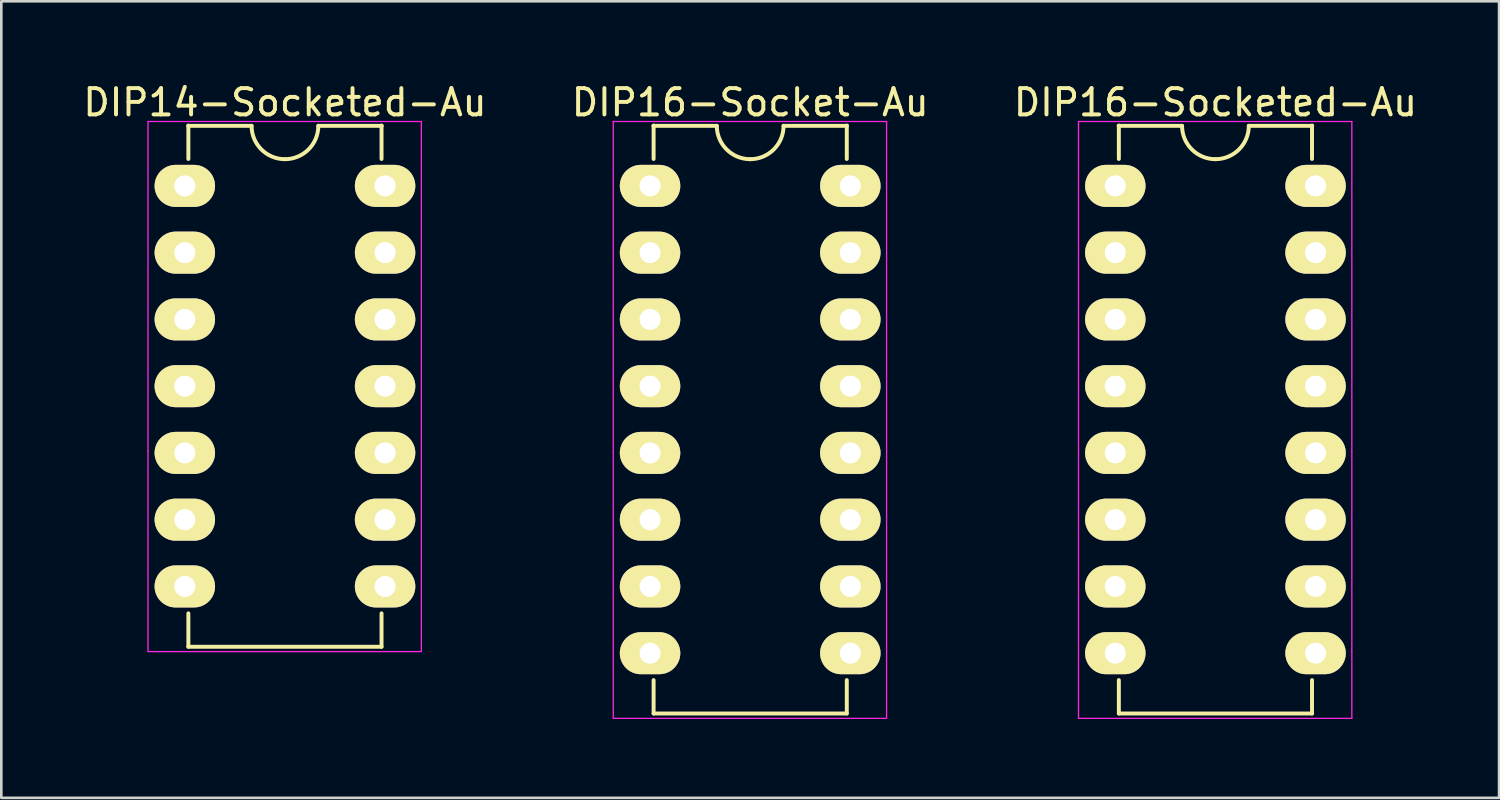
<source format=kicad_pcb>
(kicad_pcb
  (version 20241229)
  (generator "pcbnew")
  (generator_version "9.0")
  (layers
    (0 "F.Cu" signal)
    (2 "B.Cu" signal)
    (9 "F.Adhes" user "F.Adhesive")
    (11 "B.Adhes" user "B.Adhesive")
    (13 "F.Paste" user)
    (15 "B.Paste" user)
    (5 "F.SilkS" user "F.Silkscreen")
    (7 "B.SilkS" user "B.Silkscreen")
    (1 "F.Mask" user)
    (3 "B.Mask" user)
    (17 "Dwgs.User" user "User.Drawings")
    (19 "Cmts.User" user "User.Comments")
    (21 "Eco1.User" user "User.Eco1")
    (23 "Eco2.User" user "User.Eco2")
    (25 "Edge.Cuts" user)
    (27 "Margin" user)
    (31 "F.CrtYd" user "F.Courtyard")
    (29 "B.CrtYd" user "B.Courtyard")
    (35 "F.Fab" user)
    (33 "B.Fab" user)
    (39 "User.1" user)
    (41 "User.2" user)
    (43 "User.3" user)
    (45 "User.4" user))
  (footprint "DIP16-Socketed-Au"
    (layer "F.Cu")
    (at 39.386 4.023)
    (property "Reference" "DIP16-Socketed-Au" (at 3.81 -3.175 0) (layer "F.SilkS") (effects (font (size 1 1) (thickness 0.15))))
    (attr through_hole)
    (fp_line (start 0.135 -2.295) (end 0.135 -1.025) (stroke (width 0.15) (type solid)) (layer "F.SilkS"))
    (fp_line (start 0.135 20.075) (end 0.135 18.805) (stroke (width 0.15) (type solid)) (layer "F.SilkS"))
    (fp_line (start 0.135 20.075) (end 7.485 20.075) (stroke (width 0.15) (type solid)) (layer "F.SilkS"))
    (fp_line (start 2.54 -2.286) (end 0.127 -2.286) (stroke (width 0.15) (type solid)) (layer "F.SilkS"))
    (fp_line (start 5.08 -2.286) (end 7.493 -2.286) (stroke (width 0.15) (type solid)) (layer "F.SilkS"))
    (fp_line (start 7.485 -2.295) (end 7.485 -1.025) (stroke (width 0.15) (type solid)) (layer "F.SilkS"))
    (fp_line (start 7.485 20.075) (end 7.485 18.805) (stroke (width 0.15) (type solid)) (layer "F.SilkS"))
    (fp_arc (start 3.81 -1.016) (mid 2.911974 -1.387974) (end 2.54 -2.286) (stroke (width 0.15) (type solid)) (layer "F.SilkS"))
    (fp_arc (start 5.08 -2.286) (mid 4.708026 -1.387974) (end 3.81 -1.016) (stroke (width 0.15) (type solid)) (layer "F.SilkS"))
    (fp_line (start -1.4 -2.45) (end -1.4 10.1) (stroke (width 0.05) (type solid)) (layer "F.CrtYd"))
    (fp_line (start -1.4 -2.45) (end 9 -2.45) (stroke (width 0.05) (type solid)) (layer "F.CrtYd"))
    (fp_line (start -1.4 10.1) (end -1.4 17.7) (stroke (width 0.05) (type solid)) (layer "F.CrtYd"))
    (fp_line (start -1.4 17.7) (end -1.4 20.25) (stroke (width 0.05) (type solid)) (layer "F.CrtYd"))
    (fp_line (start -1.4 20.26) (end 9 20.26) (stroke (width 0.05) (type solid)) (layer "F.CrtYd"))
    (fp_line (start 9 -2.45) (end 9 10.1) (stroke (width 0.05) (type solid)) (layer "F.CrtYd"))
    (fp_line (start 9 17.7) (end 9 10.1) (stroke (width 0.05) (type solid)) (layer "F.CrtYd"))
    (fp_line (start 9 17.7) (end 9 20.25) (stroke (width 0.05) (type solid)) (layer "F.CrtYd"))
    (pad "1" thru_hole oval (at 0 0) (size 2.3 1.6) (drill 0.8) (layers "*.Cu" "*.Mask" "F.SilkS"))
    (pad "2" thru_hole oval (at 0 2.54) (size 2.3 1.6) (drill 0.8) (layers "*.Cu" "*.Mask" "F.SilkS"))
    (pad "3" thru_hole oval (at 0 5.08) (size 2.3 1.6) (drill 0.8) (layers "*.Cu" "*.Mask" "F.SilkS"))
    (pad "4" thru_hole oval (at 0 7.62) (size 2.3 1.6) (drill 0.8) (layers "*.Cu" "*.Mask" "F.SilkS"))
    (pad "5" thru_hole oval (at 0 10.16) (size 2.3 1.6) (drill 0.8) (layers "*.Cu" "*.Mask" "F.SilkS"))
    (pad "6" thru_hole oval (at 0 12.7) (size 2.3 1.6) (drill 0.8) (layers "*.Cu" "*.Mask" "F.SilkS"))
    (pad "7" thru_hole oval (at 0 15.24) (size 2.3 1.6) (drill 0.8) (layers "*.Cu" "*.Mask" "F.SilkS"))
    (pad "8" thru_hole oval (at 0 17.78) (size 2.3 1.6) (drill 0.8) (layers "*.Cu" "*.Mask" "F.SilkS"))
    (pad "9" thru_hole oval (at 7.62 17.78) (size 2.3 1.6) (drill 0.8) (layers "*.Cu" "*.Mask" "F.SilkS"))
    (pad "10" thru_hole oval (at 7.62 15.24) (size 2.3 1.6) (drill 0.8) (layers "*.Cu" "*.Mask" "F.SilkS"))
    (pad "11" thru_hole oval (at 7.62 12.7) (size 2.3 1.6) (drill 0.8) (layers "*.Cu" "*.Mask" "F.SilkS"))
    (pad "12" thru_hole oval (at 7.62 10.16) (size 2.3 1.6) (drill 0.8) (layers "*.Cu" "*.Mask" "F.SilkS"))
    (pad "13" thru_hole oval (at 7.62 7.62) (size 2.3 1.6) (drill 0.8) (layers "*.Cu" "*.Mask" "F.SilkS"))
    (pad "14" thru_hole oval (at 7.62 5.08) (size 2.3 1.6) (drill 0.8) (layers "*.Cu" "*.Mask" "F.SilkS"))
    (pad "15" thru_hole oval (at 7.62 2.54) (size 2.3 1.6) (drill 0.8) (layers "*.Cu" "*.Mask" "F.SilkS"))
    (pad "16" thru_hole oval (at 7.62 0) (size 2.3 1.6) (drill 0.8) (layers "*.Cu" "*.Mask" "F.SilkS")))
  (footprint "DIP14-Socketed-Au"
    (layer "F.Cu")
    (at 3.982 4.023)
    (property "Reference" "DIP14-Socketed-Au" (at 3.81 -3.175 0) (layer "F.SilkS") (effects (font (size 1 1) (thickness 0.15))))
    (attr through_hole)
    (fp_line (start 0.135 -2.295) (end 0.135 -1.025) (stroke (width 0.15) (type solid)) (layer "F.SilkS"))
    (fp_line (start 0.135 17.535) (end 0.135 16.265) (stroke (width 0.15) (type solid)) (layer "F.SilkS"))
    (fp_line (start 0.135 17.535) (end 7.485 17.535) (stroke (width 0.15) (type solid)) (layer "F.SilkS"))
    (fp_line (start 2.54 -2.286) (end 0.127 -2.286) (stroke (width 0.15) (type solid)) (layer "F.SilkS"))
    (fp_line (start 5.08 -2.286) (end 7.493 -2.286) (stroke (width 0.15) (type solid)) (layer "F.SilkS"))
    (fp_line (start 7.485 -2.295) (end 7.485 -1.025) (stroke (width 0.15) (type solid)) (layer "F.SilkS"))
    (fp_line (start 7.485 17.535) (end 7.485 16.265) (stroke (width 0.15) (type solid)) (layer "F.SilkS"))
    (fp_arc (start 3.81 -1.016) (mid 2.911974 -1.387974) (end 2.54 -2.286) (stroke (width 0.15) (type solid)) (layer "F.SilkS"))
    (fp_arc (start 5.08 -2.286) (mid 4.708026 -1.387974) (end 3.81 -1.016) (stroke (width 0.15) (type solid)) (layer "F.SilkS"))
    (fp_line (start -1.4 -2.45) (end -1.4 10.1) (stroke (width 0.05) (type solid)) (layer "F.CrtYd"))
    (fp_line (start -1.4 -2.45) (end 9 -2.45) (stroke (width 0.05) (type solid)) (layer "F.CrtYd"))
    (fp_line (start -1.4 10.1) (end -1.4 17.7) (stroke (width 0.05) (type solid)) (layer "F.CrtYd"))
    (fp_line (start -1.4 17.72) (end 9 17.72) (stroke (width 0.05) (type solid)) (layer "F.CrtYd"))
    (fp_line (start 9 -2.45) (end 9 10.1) (stroke (width 0.05) (type solid)) (layer "F.CrtYd"))
    (fp_line (start 9 17.7) (end 9 10.1) (stroke (width 0.05) (type solid)) (layer "F.CrtYd"))
    (pad "1" thru_hole oval (at 0 0) (size 2.3 1.6) (drill 0.8) (layers "*.Cu" "*.Mask" "F.SilkS"))
    (pad "2" thru_hole oval (at 0 2.54) (size 2.3 1.6) (drill 0.8) (layers "*.Cu" "*.Mask" "F.SilkS"))
    (pad "3" thru_hole oval (at 0 5.08) (size 2.3 1.6) (drill 0.8) (layers "*.Cu" "*.Mask" "F.SilkS"))
    (pad "4" thru_hole oval (at 0 7.62) (size 2.3 1.6) (drill 0.8) (layers "*.Cu" "*.Mask" "F.SilkS"))
    (pad "5" thru_hole oval (at 0 10.16) (size 2.3 1.6) (drill 0.8) (layers "*.Cu" "*.Mask" "F.SilkS"))
    (pad "6" thru_hole oval (at 0 12.7) (size 2.3 1.6) (drill 0.8) (layers "*.Cu" "*.Mask" "F.SilkS"))
    (pad "7" thru_hole oval (at 0 15.24) (size 2.3 1.6) (drill 0.8) (layers "*.Cu" "*.Mask" "F.SilkS"))
    (pad "8" thru_hole oval (at 7.62 15.24) (size 2.3 1.6) (drill 0.8) (layers "*.Cu" "*.Mask" "F.SilkS"))
    (pad "9" thru_hole oval (at 7.62 12.7) (size 2.3 1.6) (drill 0.8) (layers "*.Cu" "*.Mask" "F.SilkS"))
    (pad "10" thru_hole oval (at 7.62 10.16) (size 2.3 1.6) (drill 0.8) (layers "*.Cu" "*.Mask" "F.SilkS"))
    (pad "11" thru_hole oval (at 7.62 7.62) (size 2.3 1.6) (drill 0.8) (layers "*.Cu" "*.Mask" "F.SilkS"))
    (pad "12" thru_hole oval (at 7.62 5.08) (size 2.3 1.6) (drill 0.8) (layers "*.Cu" "*.Mask" "F.SilkS"))
    (pad "13" thru_hole oval (at 7.62 2.54) (size 2.3 1.6) (drill 0.8) (layers "*.Cu" "*.Mask" "F.SilkS"))
    (pad "14" thru_hole oval (at 7.62 0) (size 2.3 1.6) (drill 0.8) (layers "*.Cu" "*.Mask" "F.SilkS")))
  (footprint "DIP16-Socket-Au"
    (layer "F.Cu")
    (at 21.684 4.023)
    (property "Reference" "DIP16-Socket-Au" (at 3.81 -3.175 0) (layer "F.SilkS") (effects (font (size 1 1) (thickness 0.15))))
    (attr through_hole)
    (fp_line (start 0.135 -2.295) (end 0.135 -1.025) (stroke (width 0.15) (type solid)) (layer "F.SilkS"))
    (fp_line (start 0.135 20.075) (end 0.135 18.805) (stroke (width 0.15) (type solid)) (layer "F.SilkS"))
    (fp_line (start 0.135 20.075) (end 7.485 20.075) (stroke (width 0.15) (type solid)) (layer "F.SilkS"))
    (fp_line (start 2.54 -2.286) (end 0.127 -2.286) (stroke (width 0.15) (type solid)) (layer "F.SilkS"))
    (fp_line (start 5.08 -2.286) (end 7.493 -2.286) (stroke (width 0.15) (type solid)) (layer "F.SilkS"))
    (fp_line (start 7.485 -2.295) (end 7.485 -1.025) (stroke (width 0.15) (type solid)) (layer "F.SilkS"))
    (fp_line (start 7.485 20.075) (end 7.485 18.805) (stroke (width 0.15) (type solid)) (layer "F.SilkS"))
    (fp_arc (start 3.81 -1.016) (mid 2.911974 -1.387974) (end 2.54 -2.286) (stroke (width 0.15) (type solid)) (layer "F.SilkS"))
    (fp_arc (start 5.08 -2.286) (mid 4.708026 -1.387974) (end 3.81 -1.016) (stroke (width 0.15) (type solid)) (layer "F.SilkS"))
    (fp_line (start -1.4 -2.45) (end -1.4 10.1) (stroke (width 0.05) (type solid)) (layer "F.CrtYd"))
    (fp_line (start -1.4 -2.45) (end 9 -2.45) (stroke (width 0.05) (type solid)) (layer "F.CrtYd"))
    (fp_line (start -1.4 10.1) (end -1.4 17.7) (stroke (width 0.05) (type solid)) (layer "F.CrtYd"))
    (fp_line (start -1.4 17.7) (end -1.4 20.25) (stroke (width 0.05) (type solid)) (layer "F.CrtYd"))
    (fp_line (start -1.4 20.26) (end 9 20.26) (stroke (width 0.05) (type solid)) (layer "F.CrtYd"))
    (fp_line (start 9 -2.45) (end 9 10.1) (stroke (width 0.05) (type solid)) (layer "F.CrtYd"))
    (fp_line (start 9 17.7) (end 9 10.1) (stroke (width 0.05) (type solid)) (layer "F.CrtYd"))
    (fp_line (start 9 17.7) (end 9 20.25) (stroke (width 0.05) (type solid)) (layer "F.CrtYd"))
    (pad "1" thru_hole oval (at 0 0) (size 2.3 1.6) (drill 0.8) (layers "*.Cu" "*.Mask" "F.SilkS"))
    (pad "2" thru_hole oval (at 0 2.54) (size 2.3 1.6) (drill 0.8) (layers "*.Cu" "*.Mask" "F.SilkS"))
    (pad "3" thru_hole oval (at 0 5.08) (size 2.3 1.6) (drill 0.8) (layers "*.Cu" "*.Mask" "F.SilkS"))
    (pad "4" thru_hole oval (at 0 7.62) (size 2.3 1.6) (drill 0.8) (layers "*.Cu" "*.Mask" "F.SilkS"))
    (pad "5" thru_hole oval (at 0 10.16) (size 2.3 1.6) (drill 0.8) (layers "*.Cu" "*.Mask" "F.SilkS"))
    (pad "6" thru_hole oval (at 0 12.7) (size 2.3 1.6) (drill 0.8) (layers "*.Cu" "*.Mask" "F.SilkS"))
    (pad "7" thru_hole oval (at 0 15.24) (size 2.3 1.6) (drill 0.8) (layers "*.Cu" "*.Mask" "F.SilkS"))
    (pad "8" thru_hole oval (at 0 17.78) (size 2.3 1.6) (drill 0.8) (layers "*.Cu" "*.Mask" "F.SilkS"))
    (pad "9" thru_hole oval (at 7.62 17.78) (size 2.3 1.6) (drill 0.8) (layers "*.Cu" "*.Mask" "F.SilkS"))
    (pad "10" thru_hole oval (at 7.62 15.24) (size 2.3 1.6) (drill 0.8) (layers "*.Cu" "*.Mask" "F.SilkS"))
    (pad "11" thru_hole oval (at 7.62 12.7) (size 2.3 1.6) (drill 0.8) (layers "*.Cu" "*.Mask" "F.SilkS"))
    (pad "12" thru_hole oval (at 7.62 10.16) (size 2.3 1.6) (drill 0.8) (layers "*.Cu" "*.Mask" "F.SilkS"))
    (pad "13" thru_hole oval (at 7.62 7.62) (size 2.3 1.6) (drill 0.8) (layers "*.Cu" "*.Mask" "F.SilkS"))
    (pad "14" thru_hole oval (at 7.62 5.08) (size 2.3 1.6) (drill 0.8) (layers "*.Cu" "*.Mask" "F.SilkS"))
    (pad "15" thru_hole oval (at 7.62 2.54) (size 2.3 1.6) (drill 0.8) (layers "*.Cu" "*.Mask" "F.SilkS"))
    (pad "16" thru_hole oval (at 7.62 0) (size 2.3 1.6) (drill 0.8) (layers "*.Cu" "*.Mask" "F.SilkS")))
  (gr_rect
    (start -3 -3)
    (end 53.988 27.308)
    (stroke (width 0.1) (type default))
    (fill no)
    (layer "Edge.Cuts")))
</source>
